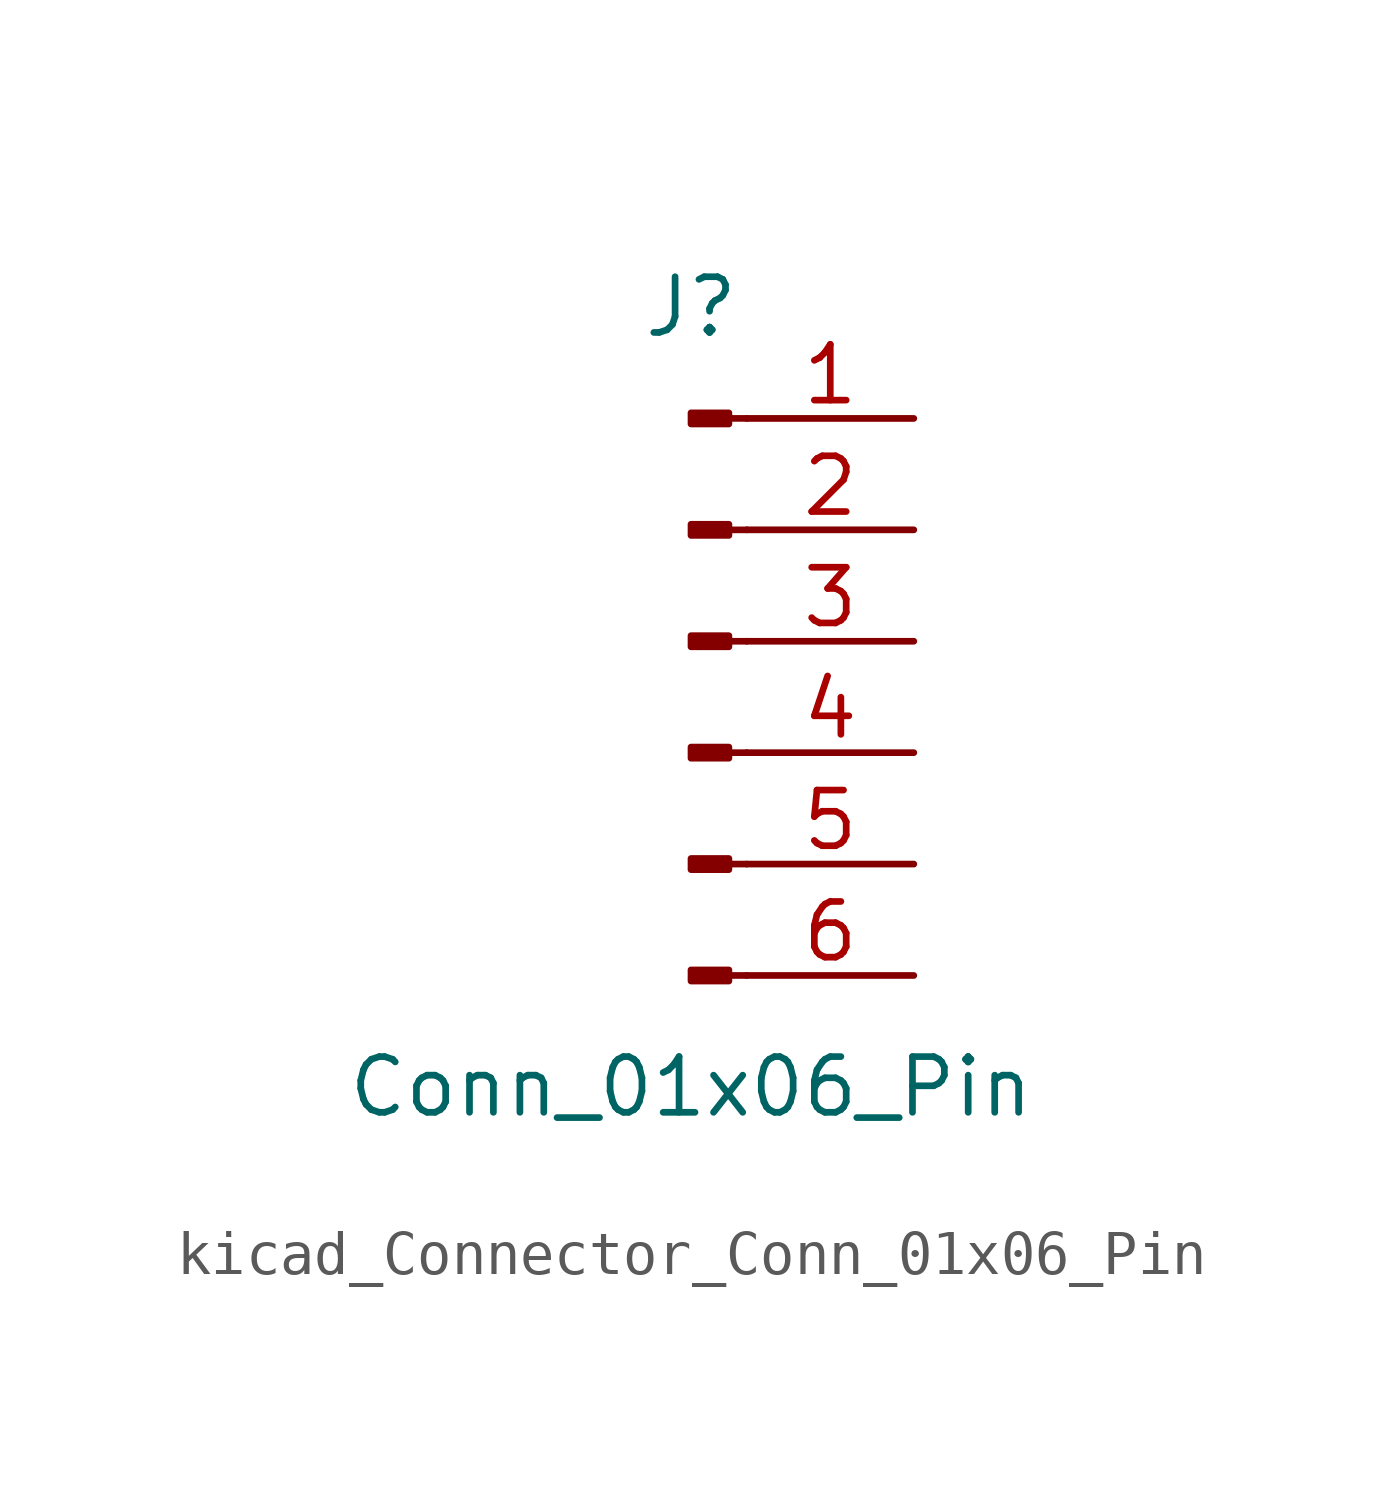
<source format=kicad_sym>
(kicad_symbol_lib
  (version 20220914)
  (generator kicad_symbol_editor)
  (symbol "kicad_Connector_Conn_01x06_Pin"
    (pin_names
      (offset 1.016) hide)
    (property "Reference" "J"
      (at 0 7.62 0)
      (effects (font (size 1.27 1.27))))
    (property "Value" "Conn_01x06_Pin"
      (at 0 -10.16 0)
      (effects (font (size 1.27 1.27))))
    (property "ki_locked" ""
      (at 0 0 0)
      (effects (font (size 1.27 1.27))))
    (symbol "kicad_Connector_Conn_01x06_Pin_1_1"
      (polyline (pts (xy 1.27 -7.62) (xy 0.864 -7.62)) (stroke (width 0.152) (type default)) (fill (type none)))
      (polyline (pts (xy 1.27 -5.08) (xy 0.864 -5.08)) (stroke (width 0.152) (type default)) (fill (type none)))
      (polyline (pts (xy 1.27 -2.54) (xy 0.864 -2.54)) (stroke (width 0.152) (type default)) (fill (type none)))
      (polyline (pts (xy 1.27 0) (xy 0.864 0)) (stroke (width 0.152) (type default)) (fill (type none)))
      (polyline (pts (xy 1.27 2.54) (xy 0.864 2.54)) (stroke (width 0.152) (type default)) (fill (type none)))
      (polyline (pts (xy 1.27 5.08) (xy 0.864 5.08)) (stroke (width 0.152) (type default)) (fill (type none)))
      (rectangle (start 0.864 -7.493) (end 0 -7.747) (stroke (width 0.152) (type default)) (fill (type outline)))
      (rectangle (start 0.864 -4.953) (end 0 -5.207) (stroke (width 0.152) (type default)) (fill (type outline)))
      (rectangle (start 0.864 -2.413) (end 0 -2.667) (stroke (width 0.152) (type default)) (fill (type outline)))
      (rectangle (start 0.864 0.127) (end 0 -0.127) (stroke (width 0.152) (type default)) (fill (type outline)))
      (rectangle (start 0.864 2.667) (end 0 2.413) (stroke (width 0.152) (type default)) (fill (type outline)))
      (rectangle (start 0.864 5.207) (end 0 4.953) (stroke (width 0.152) (type default)) (fill (type outline)))
      (pin passive line (at 5.08 5.08 180) (length 3.81) (name "Pin_1" (effects (font (size 1.27 1.27)))) (number "1" (effects (font (size 1.27 1.27)))))
      (pin passive line (at 5.08 2.54 180) (length 3.81) (name "Pin_2" (effects (font (size 1.27 1.27)))) (number "2" (effects (font (size 1.27 1.27)))))
      (pin passive line (at 5.08 0 180) (length 3.81) (name "Pin_3" (effects (font (size 1.27 1.27)))) (number "3" (effects (font (size 1.27 1.27)))))
      (pin passive line (at 5.08 -2.54 180) (length 3.81) (name "Pin_4" (effects (font (size 1.27 1.27)))) (number "4" (effects (font (size 1.27 1.27)))))
      (pin passive line (at 5.08 -5.08 180) (length 3.81) (name "Pin_5" (effects (font (size 1.27 1.27)))) (number "5" (effects (font (size 1.27 1.27)))))
      (pin passive line (at 5.08 -7.62 180) (length 3.81) (name "Pin_6" (effects (font (size 1.27 1.27)))) (number "6" (effects (font (size 1.27 1.27))))))))
</source>
